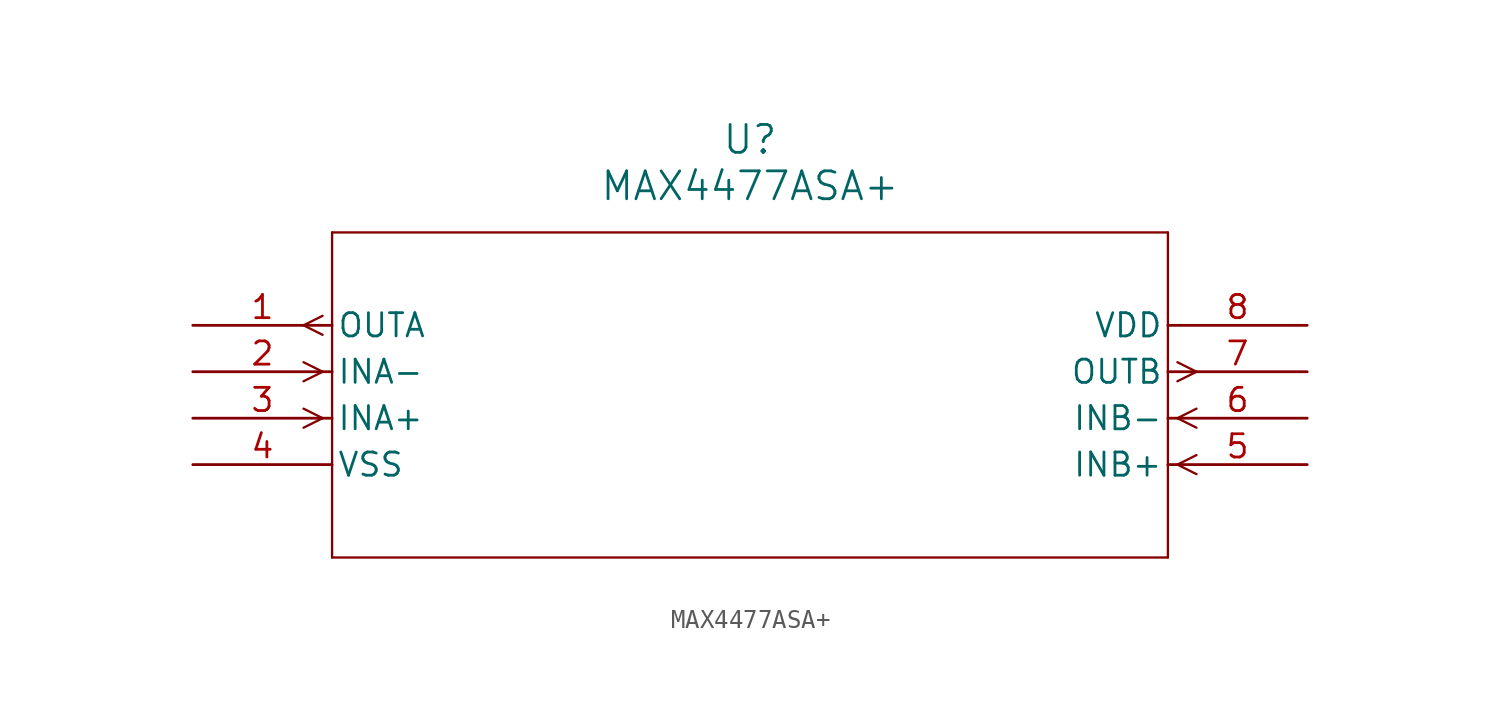
<source format=kicad_sym>
(kicad_symbol_lib
  (version 20211014)
  (generator kicad_symbol_editor)
  (symbol "MAX4477ASA+"
    (pin_names
      (offset 0.254))
    (property "Reference" "U"
      (at 30.48 10.16 0)
      (effects (font (size 1.524 1.524))))
    (property "Value" "MAX4477ASA+"
      (at 30.48 7.62 0)
      (effects (font (size 1.524 1.524))))
    (symbol "MAX4477ASA+_0_1"
      (polyline (pts (xy 7.099 0.521) (xy 6.058 0)) (stroke (width 0.127) (type default) (color 0 0 0 0)) (fill (type none)))
      (polyline (pts (xy 7.099 -0.521) (xy 6.058 0)) (stroke (width 0.127) (type default) (color 0 0 0 0)) (fill (type none)))
      (polyline (pts (xy 7.099 -2.54) (xy 6.058 -2.019)) (stroke (width 0.127) (type default) (color 0 0 0 0)) (fill (type none)))
      (polyline (pts (xy 7.099 -2.54) (xy 6.058 -3.061)) (stroke (width 0.127) (type default) (color 0 0 0 0)) (fill (type none)))
      (polyline (pts (xy 7.099 -5.08) (xy 6.058 -4.559)) (stroke (width 0.127) (type default) (color 0 0 0 0)) (fill (type none)))
      (polyline (pts (xy 7.099 -5.08) (xy 6.058 -5.601)) (stroke (width 0.127) (type default) (color 0 0 0 0)) (fill (type none)))
      (polyline (pts (xy 53.861 -7.62) (xy 54.902 -7.099)) (stroke (width 0.127) (type default) (color 0 0 0 0)) (fill (type none)))
      (polyline (pts (xy 53.861 -7.62) (xy 54.902 -8.141)) (stroke (width 0.127) (type default) (color 0 0 0 0)) (fill (type none)))
      (polyline (pts (xy 53.861 -5.08) (xy 54.902 -4.559)) (stroke (width 0.127) (type default) (color 0 0 0 0)) (fill (type none)))
      (polyline (pts (xy 53.861 -5.08) (xy 54.902 -5.601)) (stroke (width 0.127) (type default) (color 0 0 0 0)) (fill (type none)))
      (polyline (pts (xy 53.861 -2.019) (xy 54.902 -2.54)) (stroke (width 0.127) (type default) (color 0 0 0 0)) (fill (type none)))
      (polyline (pts (xy 53.861 -3.061) (xy 54.902 -2.54)) (stroke (width 0.127) (type default) (color 0 0 0 0)) (fill (type none)))
      (polyline (pts (xy 7.62 5.08) (xy 7.62 -12.7)) (stroke (width 0.127) (type default) (color 0 0 0 0)) (fill (type none)))
      (polyline (pts (xy 7.62 -12.7) (xy 53.34 -12.7)) (stroke (width 0.127) (type default) (color 0 0 0 0)) (fill (type none)))
      (polyline (pts (xy 53.34 -12.7) (xy 53.34 5.08)) (stroke (width 0.127) (type default) (color 0 0 0 0)) (fill (type none)))
      (polyline (pts (xy 53.34 5.08) (xy 7.62 5.08)) (stroke (width 0.127) (type default) (color 0 0 0 0)) (fill (type none)))
      (pin output line (at 0 0 0) (length 7.62) (name "OUTA" (effects (font (size 1.27 1.27)))) (number "1" (effects (font (size 1.27 1.27)))))
      (pin input line (at 0 -2.54 0) (length 7.62) (name "INA-" (effects (font (size 1.27 1.27)))) (number "2" (effects (font (size 1.27 1.27)))))
      (pin input line (at 0 -5.08 0) (length 7.62) (name "INA+" (effects (font (size 1.27 1.27)))) (number "3" (effects (font (size 1.27 1.27)))))
      (pin power_in line (at 0 -7.62 0) (length 7.62) (name "VSS" (effects (font (size 1.27 1.27)))) (number "4" (effects (font (size 1.27 1.27)))))
      (pin input line (at 60.96 -7.62 180) (length 7.62) (name "INB+" (effects (font (size 1.27 1.27)))) (number "5" (effects (font (size 1.27 1.27)))))
      (pin input line (at 60.96 -5.08 180) (length 7.62) (name "INB-" (effects (font (size 1.27 1.27)))) (number "6" (effects (font (size 1.27 1.27)))))
      (pin output line (at 60.96 -2.54 180) (length 7.62) (name "OUTB" (effects (font (size 1.27 1.27)))) (number "7" (effects (font (size 1.27 1.27)))))
      (pin power_in line (at 60.96 0 180) (length 7.62) (name "VDD" (effects (font (size 1.27 1.27)))) (number "8" (effects (font (size 1.27 1.27))))))))
</source>
